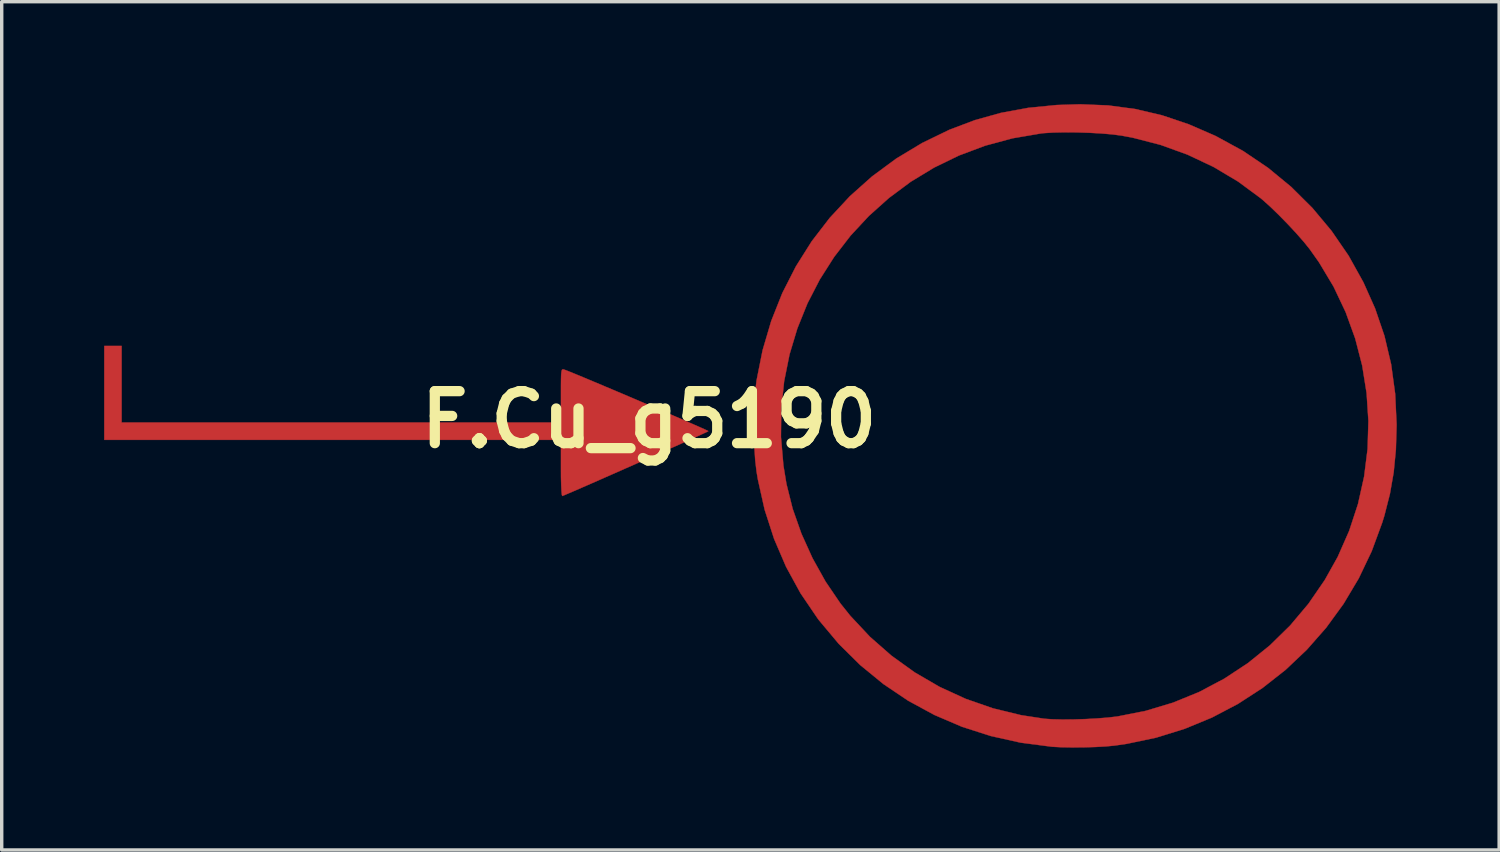
<source format=kicad_pcb>
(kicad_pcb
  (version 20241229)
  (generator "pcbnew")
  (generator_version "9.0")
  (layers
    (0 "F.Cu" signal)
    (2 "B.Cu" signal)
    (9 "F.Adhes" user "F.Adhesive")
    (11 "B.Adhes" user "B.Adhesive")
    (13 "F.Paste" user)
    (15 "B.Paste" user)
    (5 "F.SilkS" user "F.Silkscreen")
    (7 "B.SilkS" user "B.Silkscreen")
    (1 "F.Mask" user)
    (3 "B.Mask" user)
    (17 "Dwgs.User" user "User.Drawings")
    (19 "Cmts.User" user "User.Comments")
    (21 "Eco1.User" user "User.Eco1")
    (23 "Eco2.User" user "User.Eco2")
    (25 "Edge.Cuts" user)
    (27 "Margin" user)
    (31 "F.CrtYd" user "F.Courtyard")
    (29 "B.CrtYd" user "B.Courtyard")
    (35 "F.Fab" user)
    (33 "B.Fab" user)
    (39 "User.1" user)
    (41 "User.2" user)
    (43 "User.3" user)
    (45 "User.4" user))
  (footprint "F.Cu_g5190"
    (layer "F.Cu")
    (at 15.965 9.243)
    (property "Reference" "F.Cu_g5190" (at 0 0 0) (layer "F.SilkS") (effects (font (size 1.524 1.524) (thickness 0.3))))
    (attr through_hole)
    (fp_poly (pts (xy -15.452 0.085) (xy -2.582 0.085) (xy -2.582 -0.703) (xy -2.582 -0.979) (xy -2.58 -1.182) (xy -2.576 -1.321) (xy -2.567 -1.409) (xy -2.554 -1.456) (xy -2.534 -1.473) (xy -2.507 -1.472) (xy -2.5 -1.47) (xy -2.436 -1.447) (xy -2.307 -1.396) (xy -2.119 -1.319) (xy -1.883 -1.221) (xy -1.606 -1.105) (xy -1.298 -0.975) (xy -0.966 -0.835) (xy -0.62 -0.688) (xy -0.269 -0.538) (xy 0.08 -0.389) (xy 0.418 -0.244) (xy 0.735 -0.107) (xy 1.024 0.018) (xy 1.275 0.128) (xy 1.48 0.218) (xy 1.63 0.285) (xy 1.717 0.326) (xy 1.736 0.337) (xy 1.698 0.357) (xy 1.592 0.407) (xy 1.425 0.484) (xy 1.206 0.583) (xy 0.944 0.701) (xy 0.646 0.834) (xy 0.323 0.979) (xy -0.019 1.131) (xy -0.37 1.287) (xy -0.723 1.443) (xy -1.067 1.595) (xy -1.396 1.74) (xy -1.7 1.874) (xy -1.971 1.992) (xy -2.2 2.092) (xy -2.38 2.169) (xy -2.5 2.22) (xy -2.544 2.237) (xy -2.556 2.201) (xy -2.567 2.091) (xy -2.575 1.916) (xy -2.581 1.688) (xy -2.582 1.422) (xy -2.582 0.593) (xy -15.96 0.593) (xy -15.96 -2.159) (xy -15.452 -2.159) (xy -15.452 0.085)) (stroke (width 0.01) (type solid)) (fill yes) (layer "F.Cu"))
    (fp_poly (pts (xy 13.449 -9.205) (xy 14.243 -9.099) (xy 15.024 -8.916) (xy 15.802 -8.655) (xy 16.587 -8.314) (xy 16.616 -8.299) (xy 17.398 -7.872) (xy 18.13 -7.378) (xy 18.808 -6.82) (xy 19.43 -6.202) (xy 19.993 -5.528) (xy 20.493 -4.8) (xy 20.926 -4.022) (xy 21.267 -3.259) (xy 21.542 -2.453) (xy 21.738 -1.621) (xy 21.856 -0.757) (xy 21.898 0.139) (xy 21.898 0.169) (xy 21.877 0.881) (xy 21.813 1.542) (xy 21.702 2.177) (xy 21.54 2.812) (xy 21.477 3.016) (xy 21.169 3.853) (xy 20.79 4.648) (xy 20.344 5.396) (xy 19.835 6.095) (xy 19.268 6.74) (xy 18.645 7.33) (xy 17.972 7.859) (xy 17.252 8.326) (xy 16.489 8.727) (xy 15.687 9.058) (xy 14.851 9.317) (xy 13.983 9.499) (xy 13.633 9.549) (xy 13.381 9.573) (xy 13.072 9.59) (xy 12.733 9.6) (xy 12.391 9.602) (xy 12.074 9.597) (xy 11.808 9.583) (xy 11.79 9.581) (xy 10.885 9.463) (xy 10.009 9.268) (xy 9.165 8.997) (xy 8.357 8.651) (xy 7.589 8.234) (xy 6.864 7.746) (xy 6.185 7.19) (xy 5.556 6.568) (xy 4.981 5.882) (xy 4.933 5.818) (xy 4.435 5.084) (xy 4.011 4.308) (xy 3.661 3.492) (xy 3.385 2.639) (xy 3.186 1.75) (xy 3.147 1.516) (xy 3.109 1.194) (xy 3.084 0.811) (xy 3.075 0.507) (xy 3.863 0.507) (xy 3.935 1.343) (xy 4.024 1.884) (xy 4.206 2.612) (xy 4.463 3.342) (xy 4.787 4.058) (xy 5.17 4.745) (xy 5.605 5.385) (xy 5.893 5.745) (xy 6.47 6.362) (xy 7.103 6.917) (xy 7.785 7.407) (xy 8.511 7.829) (xy 9.276 8.18) (xy 10.074 8.457) (xy 10.899 8.658) (xy 11.578 8.762) (xy 11.807 8.778) (xy 12.098 8.785) (xy 12.429 8.783) (xy 12.779 8.772) (xy 13.124 8.753) (xy 13.443 8.728) (xy 13.714 8.696) (xy 13.716 8.696) (xy 14.546 8.532) (xy 15.348 8.291) (xy 16.118 7.976) (xy 16.85 7.588) (xy 17.541 7.133) (xy 18.185 6.613) (xy 18.778 6.032) (xy 19.316 5.393) (xy 19.793 4.699) (xy 20.173 4.02) (xy 20.509 3.257) (xy 20.767 2.471) (xy 20.946 1.669) (xy 21.048 0.856) (xy 21.072 0.039) (xy 21.019 -0.776) (xy 20.89 -1.584) (xy 20.685 -2.377) (xy 20.405 -3.15) (xy 20.051 -3.897) (xy 19.623 -4.611) (xy 19.355 -4.99) (xy 19.18 -5.208) (xy 18.959 -5.46) (xy 18.709 -5.728) (xy 18.45 -5.993) (xy 18.199 -6.236) (xy 17.975 -6.437) (xy 17.919 -6.484) (xy 17.252 -6.976) (xy 16.535 -7.403) (xy 15.775 -7.762) (xy 14.982 -8.049) (xy 14.165 -8.26) (xy 13.843 -8.32) (xy 13.579 -8.355) (xy 13.257 -8.383) (xy 12.899 -8.403) (xy 12.528 -8.415) (xy 12.167 -8.417) (xy 11.838 -8.41) (xy 11.563 -8.393) (xy 11.488 -8.385) (xy 10.649 -8.242) (xy 9.844 -8.025) (xy 9.076 -7.737) (xy 8.348 -7.383) (xy 7.664 -6.968) (xy 7.027 -6.494) (xy 6.438 -5.967) (xy 5.902 -5.39) (xy 5.422 -4.768) (xy 5 -4.105) (xy 4.639 -3.405) (xy 4.343 -2.672) (xy 4.114 -1.91) (xy 3.956 -1.123) (xy 3.872 -0.316) (xy 3.863 0.507) (xy 3.075 0.507) (xy 3.072 0.393) (xy 3.072 -0.037) (xy 3.086 -0.455) (xy 3.111 -0.837) (xy 3.147 -1.143) (xy 3.325 -2.034) (xy 3.578 -2.891) (xy 3.904 -3.711) (xy 4.301 -4.49) (xy 4.764 -5.225) (xy 5.293 -5.912) (xy 5.883 -6.546) (xy 6.533 -7.126) (xy 7.238 -7.646) (xy 7.998 -8.104) (xy 8.8 -8.493) (xy 9.544 -8.774) (xy 10.309 -8.987) (xy 11.106 -9.134) (xy 11.944 -9.217) (xy 12.632 -9.238) (xy 13.449 -9.205)) (stroke (width 0.01) (type solid)) (fill yes) (layer "F.Cu")))
  (gr_rect
    (start -3 -3)
    (end 40.867 21.85)
    (stroke (width 0.1) (type default))
    (fill no)
    (layer "Edge.Cuts")))
</source>
